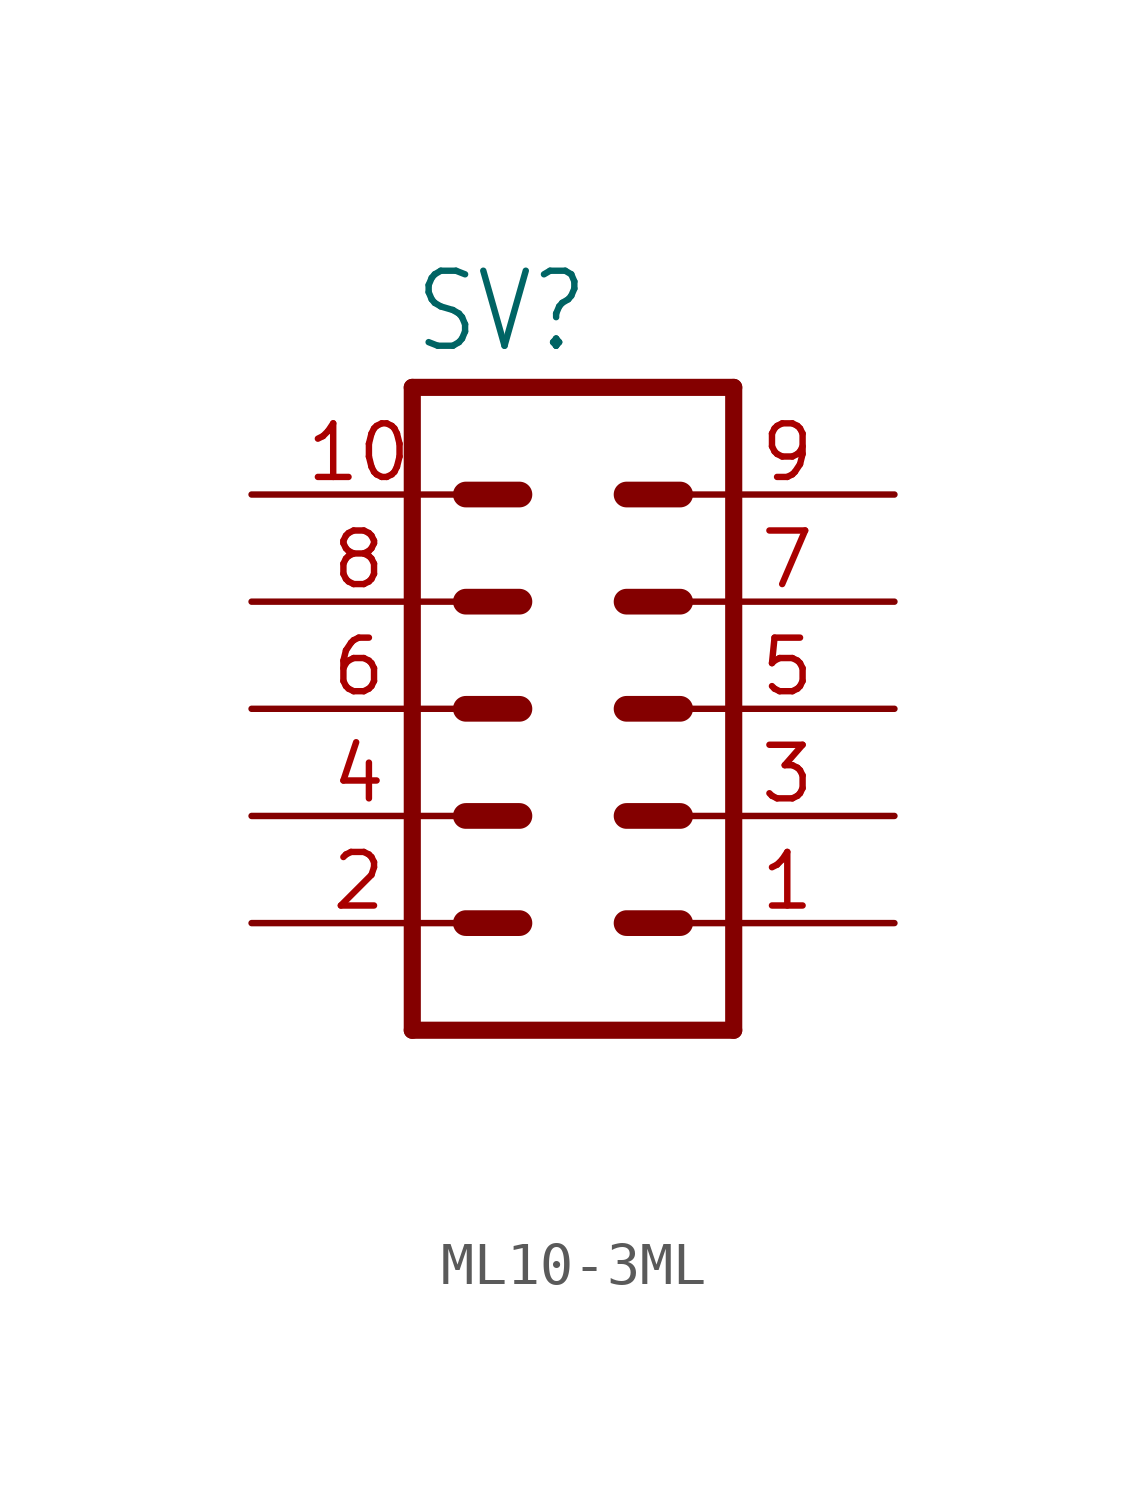
<source format=kicad_sym>
(kicad_symbol_lib
  (version 20231120)
  (generator "kicad_symbol_editor")
  (generator_version "8.0")
  (symbol "ML10-3ML"
    (property "Reference" "SV"
      (at -3.81 8.382 0)
      (effects (font (size 1.778 1.511)) (justify left bottom)))
    (property "Value" ""
      (at -3.81 -10.16 0)
      (effects (font (size 1.778 1.511)) (justify left bottom)))
    (property "ki_locked" ""
      (at 0 0 0)
      (effects (font (size 1.27 1.27))))
    (symbol "ML10-3ML_1_0"
      (polyline (pts (xy -3.81 7.62) (xy -3.81 -7.62)) (stroke (width 0.406) (type solid)) (fill (type none)))
      (polyline (pts (xy -3.81 7.62) (xy 3.81 7.62)) (stroke (width 0.406) (type solid)) (fill (type none)))
      (polyline (pts (xy -2.54 -5.08) (xy -1.27 -5.08)) (stroke (width 0.61) (type solid)) (fill (type none)))
      (polyline (pts (xy -2.54 -2.54) (xy -1.27 -2.54)) (stroke (width 0.61) (type solid)) (fill (type none)))
      (polyline (pts (xy -2.54 0) (xy -1.27 0)) (stroke (width 0.61) (type solid)) (fill (type none)))
      (polyline (pts (xy -2.54 2.54) (xy -1.27 2.54)) (stroke (width 0.61) (type solid)) (fill (type none)))
      (polyline (pts (xy -2.54 5.08) (xy -1.27 5.08)) (stroke (width 0.61) (type solid)) (fill (type none)))
      (polyline (pts (xy 1.27 -5.08) (xy 2.54 -5.08)) (stroke (width 0.61) (type solid)) (fill (type none)))
      (polyline (pts (xy 1.27 -2.54) (xy 2.54 -2.54)) (stroke (width 0.61) (type solid)) (fill (type none)))
      (polyline (pts (xy 1.27 0) (xy 2.54 0)) (stroke (width 0.61) (type solid)) (fill (type none)))
      (polyline (pts (xy 1.27 2.54) (xy 2.54 2.54)) (stroke (width 0.61) (type solid)) (fill (type none)))
      (polyline (pts (xy 1.27 5.08) (xy 2.54 5.08)) (stroke (width 0.61) (type solid)) (fill (type none)))
      (polyline (pts (xy 3.81 -7.62) (xy -3.81 -7.62)) (stroke (width 0.406) (type solid)) (fill (type none)))
      (polyline (pts (xy 3.81 -7.62) (xy 3.81 7.62)) (stroke (width 0.406) (type solid)) (fill (type none)))
      (pin passive line (at 7.62 -5.08 180) (length 5.08) (name "1" (effects (font (size 0 0)))) (number "1" (effects (font (size 1.27 1.27)))))
      (pin passive line (at -7.62 5.08 0) (length 5.08) (name "10" (effects (font (size 0 0)))) (number "10" (effects (font (size 1.27 1.27)))))
      (pin passive line (at -7.62 -5.08 0) (length 5.08) (name "2" (effects (font (size 0 0)))) (number "2" (effects (font (size 1.27 1.27)))))
      (pin passive line (at 7.62 -2.54 180) (length 5.08) (name "3" (effects (font (size 0 0)))) (number "3" (effects (font (size 1.27 1.27)))))
      (pin passive line (at -7.62 -2.54 0) (length 5.08) (name "4" (effects (font (size 0 0)))) (number "4" (effects (font (size 1.27 1.27)))))
      (pin passive line (at 7.62 0 180) (length 5.08) (name "5" (effects (font (size 0 0)))) (number "5" (effects (font (size 1.27 1.27)))))
      (pin passive line (at -7.62 0 0) (length 5.08) (name "6" (effects (font (size 0 0)))) (number "6" (effects (font (size 1.27 1.27)))))
      (pin passive line (at 7.62 2.54 180) (length 5.08) (name "7" (effects (font (size 0 0)))) (number "7" (effects (font (size 1.27 1.27)))))
      (pin passive line (at -7.62 2.54 0) (length 5.08) (name "8" (effects (font (size 0 0)))) (number "8" (effects (font (size 1.27 1.27)))))
      (pin passive line (at 7.62 5.08 180) (length 5.08) (name "9" (effects (font (size 0 0)))) (number "9" (effects (font (size 1.27 1.27))))))))
</source>
